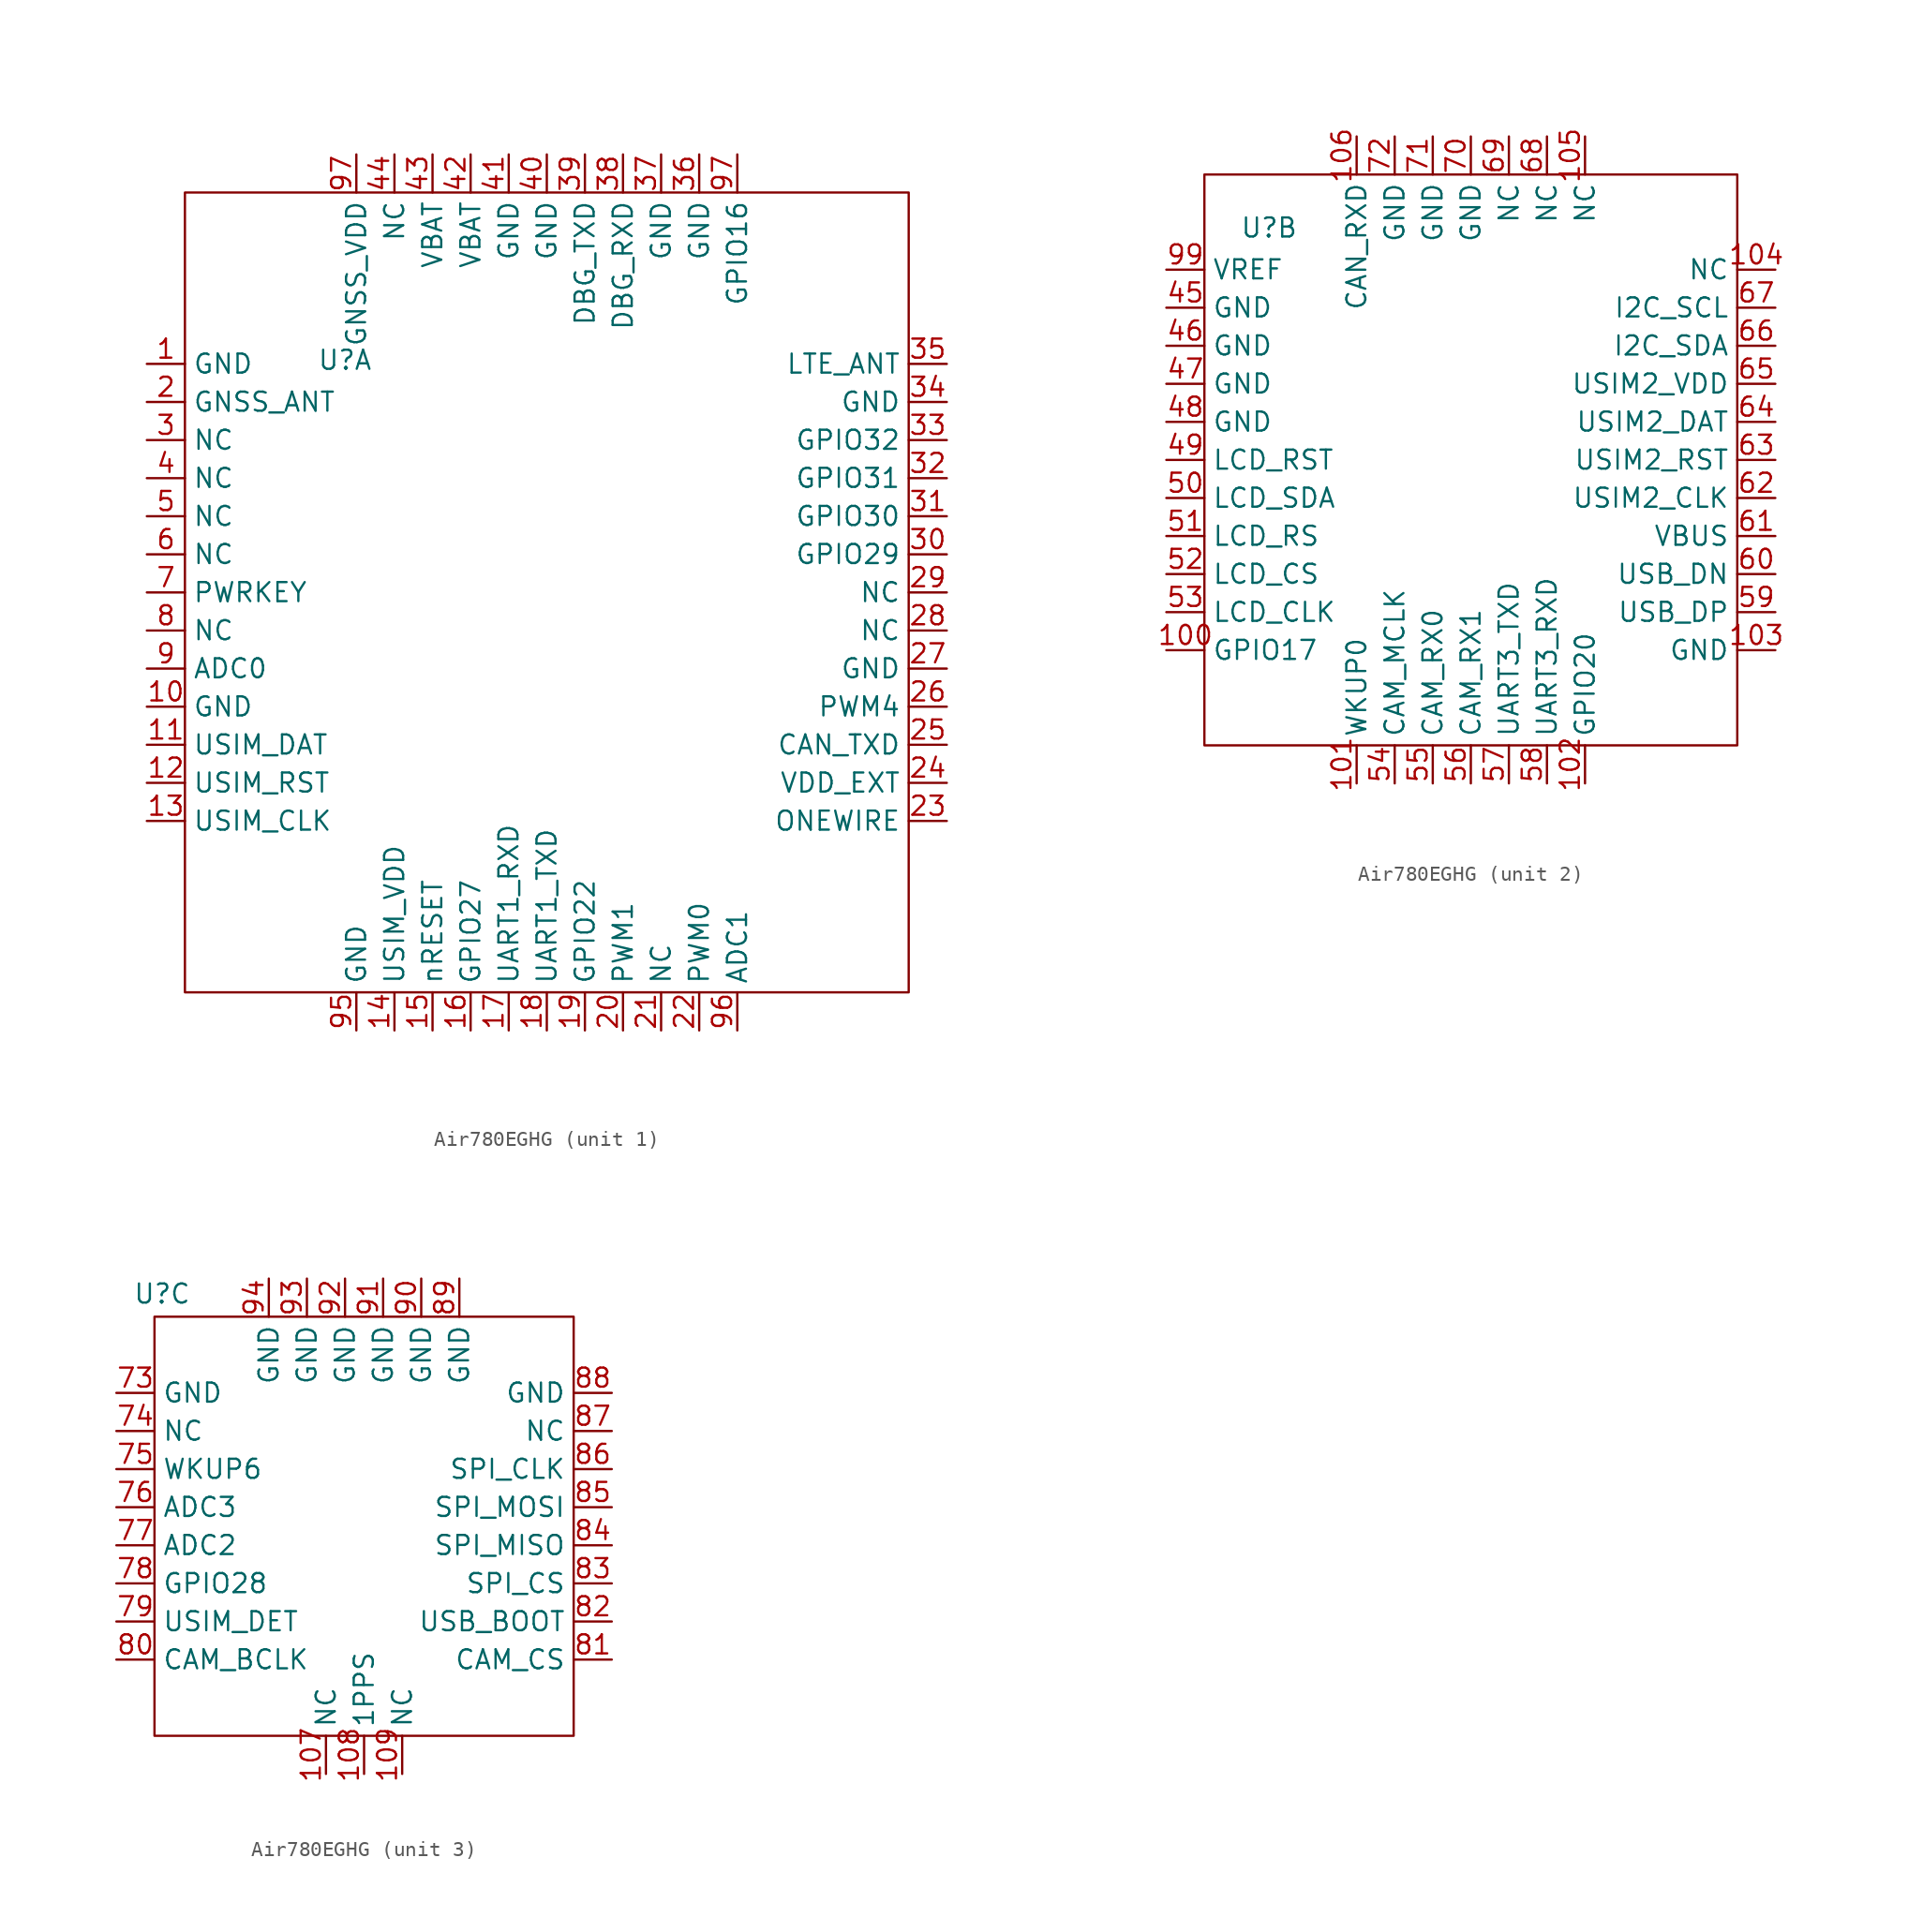
<source format=kicad_sym>
(kicad_symbol_lib
  (version 20241209)
  (generator "kicad_symbol_editor")
  (generator_version "9.0")
  (symbol "Air780EGHG"
    (property "Reference" "U"
      (at -13.462 15.494 0)
      (effects (font (size 1.27 1.27))))
    (property "Value" ""
      (at 0 0 0)
      (effects (font (size 1.27 1.27))))
    (property "ki_locked" ""
      (at 0 0 0)
      (effects (font (size 1.27 1.27))))
    (symbol "Air780EGHG_1_1"
      (rectangle (start -24.13 26.67) (end 24.13 -26.67) (stroke (width 0) (type default)) (fill (type none)))
      (pin power_in line (at -26.67 15.24 0) (length 2.54) (name "GND" (effects (font (size 1.27 1.27)))) (number "1" (effects (font (size 1.27 1.27)))))
      (pin input line (at -26.67 12.7 0) (length 2.54) (name "GNSS_ANT" (effects (font (size 1.27 1.27)))) (number "2" (effects (font (size 1.27 1.27)))))
      (pin free line (at -26.67 10.16 0) (length 2.54) (name "NC" (effects (font (size 1.27 1.27)))) (number "3" (effects (font (size 1.27 1.27)))))
      (pin free line (at -26.67 7.62 0) (length 2.54) (name "NC" (effects (font (size 1.27 1.27)))) (number "4" (effects (font (size 1.27 1.27)))))
      (pin free line (at -26.67 5.08 0) (length 2.54) (name "NC" (effects (font (size 1.27 1.27)))) (number "5" (effects (font (size 1.27 1.27)))))
      (pin free line (at -26.67 2.54 0) (length 2.54) (name "NC" (effects (font (size 1.27 1.27)))) (number "6" (effects (font (size 1.27 1.27)))))
      (pin input line (at -26.67 0 0) (length 2.54) (name "PWRKEY" (effects (font (size 1.27 1.27)))) (number "7" (effects (font (size 1.27 1.27)))))
      (pin free line (at -26.67 -2.54 0) (length 2.54) (name "NC" (effects (font (size 1.27 1.27)))) (number "8" (effects (font (size 1.27 1.27)))))
      (pin input line (at -26.67 -5.08 0) (length 2.54) (name "ADC0" (effects (font (size 1.27 1.27)))) (number "9" (effects (font (size 1.27 1.27)))))
      (pin power_in line (at -26.67 -7.62 0) (length 2.54) (name "GND" (effects (font (size 1.27 1.27)))) (number "10" (effects (font (size 1.27 1.27)))))
      (pin bidirectional line (at -26.67 -10.16 0) (length 2.54) (name "USIM_DAT" (effects (font (size 1.27 1.27)))) (number "11" (effects (font (size 1.27 1.27)))))
      (pin output line (at -26.67 -12.7 0) (length 2.54) (name "USIM_RST" (effects (font (size 1.27 1.27)))) (number "12" (effects (font (size 1.27 1.27)))))
      (pin output line (at -26.67 -15.24 0) (length 2.54) (name "USIM_CLK" (effects (font (size 1.27 1.27)))) (number "13" (effects (font (size 1.27 1.27)))))
      (pin power_out line (at -12.7 29.21 270) (length 2.54) (name "GNSS_VDD" (effects (font (size 1.27 1.27)))) (number "97" (effects (font (size 1.27 1.27)))))
      (pin power_in line (at -12.7 -29.21 90) (length 2.54) (name "GND" (effects (font (size 1.27 1.27)))) (number "95" (effects (font (size 1.27 1.27)))))
      (pin free line (at -10.16 29.21 270) (length 2.54) (name "NC" (effects (font (size 1.27 1.27)))) (number "44" (effects (font (size 1.27 1.27)))))
      (pin power_out line (at -10.16 -29.21 90) (length 2.54) (name "USIM_VDD" (effects (font (size 1.27 1.27)))) (number "14" (effects (font (size 1.27 1.27)))))
      (pin power_in line (at -7.62 29.21 270) (length 2.54) (name "VBAT" (effects (font (size 1.27 1.27)))) (number "43" (effects (font (size 1.27 1.27)))))
      (pin input line (at -7.62 -29.21 90) (length 2.54) (name "nRESET" (effects (font (size 1.27 1.27)))) (number "15" (effects (font (size 1.27 1.27)))))
      (pin power_in line (at -5.08 29.21 270) (length 2.54) (name "VBAT" (effects (font (size 1.27 1.27)))) (number "42" (effects (font (size 1.27 1.27)))))
      (pin bidirectional line (at -5.08 -29.21 90) (length 2.54) (name "GPIO27" (effects (font (size 1.27 1.27)))) (number "16" (effects (font (size 1.27 1.27)))))
      (pin power_in line (at -2.54 29.21 270) (length 2.54) (name "GND" (effects (font (size 1.27 1.27)))) (number "41" (effects (font (size 1.27 1.27)))))
      (pin input line (at -2.54 -29.21 90) (length 2.54) (name "UART1_RXD" (effects (font (size 1.27 1.27)))) (number "17" (effects (font (size 1.27 1.27)))))
      (pin power_in line (at 0 29.21 270) (length 2.54) (name "GND" (effects (font (size 1.27 1.27)))) (number "40" (effects (font (size 1.27 1.27)))))
      (pin output line (at 0 -29.21 90) (length 2.54) (name "UART1_TXD" (effects (font (size 1.27 1.27)))) (number "18" (effects (font (size 1.27 1.27)))))
      (pin input line (at 2.54 29.21 270) (length 2.54) (name "DBG_TXD" (effects (font (size 1.27 1.27)))) (number "39" (effects (font (size 1.27 1.27)))))
      (pin bidirectional line (at 2.54 -29.21 90) (length 2.54) (name "GPIO22" (effects (font (size 1.27 1.27)))) (number "19" (effects (font (size 1.27 1.27)))))
      (pin input line (at 5.08 29.21 270) (length 2.54) (name "DBG_RXD" (effects (font (size 1.27 1.27)))) (number "38" (effects (font (size 1.27 1.27)))))
      (pin output line (at 5.08 -29.21 90) (length 2.54) (name "PWM1" (effects (font (size 1.27 1.27)))) (number "20" (effects (font (size 1.27 1.27)))))
      (pin power_in line (at 7.62 29.21 270) (length 2.54) (name "GND" (effects (font (size 1.27 1.27)))) (number "37" (effects (font (size 1.27 1.27)))))
      (pin free line (at 7.62 -29.21 90) (length 2.54) (name "NC" (effects (font (size 1.27 1.27)))) (number "21" (effects (font (size 1.27 1.27)))))
      (pin power_in line (at 10.16 29.21 270) (length 2.54) (name "GND" (effects (font (size 1.27 1.27)))) (number "36" (effects (font (size 1.27 1.27)))))
      (pin output line (at 10.16 -29.21 90) (length 2.54) (name "PWM0" (effects (font (size 1.27 1.27)))) (number "22" (effects (font (size 1.27 1.27)))))
      (pin bidirectional line (at 12.7 29.21 270) (length 2.54) (name "GPIO16" (effects (font (size 1.27 1.27)))) (number "97" (effects (font (size 1.27 1.27)))))
      (pin input line (at 12.7 -29.21 90) (length 2.54) (name "ADC1" (effects (font (size 1.27 1.27)))) (number "96" (effects (font (size 1.27 1.27)))))
      (pin input line (at 26.67 15.24 180) (length 2.54) (name "LTE_ANT" (effects (font (size 1.27 1.27)))) (number "35" (effects (font (size 1.27 1.27)))))
      (pin power_in line (at 26.67 12.7 180) (length 2.54) (name "GND" (effects (font (size 1.27 1.27)))) (number "34" (effects (font (size 1.27 1.27)))))
      (pin bidirectional line (at 26.67 10.16 180) (length 2.54) (name "GPIO32" (effects (font (size 1.27 1.27)))) (number "33" (effects (font (size 1.27 1.27)))))
      (pin bidirectional line (at 26.67 7.62 180) (length 2.54) (name "GPIO31" (effects (font (size 1.27 1.27)))) (number "32" (effects (font (size 1.27 1.27)))))
      (pin bidirectional line (at 26.67 5.08 180) (length 2.54) (name "GPIO30" (effects (font (size 1.27 1.27)))) (number "31" (effects (font (size 1.27 1.27)))))
      (pin bidirectional line (at 26.67 2.54 180) (length 2.54) (name "GPIO29" (effects (font (size 1.27 1.27)))) (number "30" (effects (font (size 1.27 1.27)))))
      (pin free line (at 26.67 0 180) (length 2.54) (name "NC" (effects (font (size 1.27 1.27)))) (number "29" (effects (font (size 1.27 1.27)))))
      (pin free line (at 26.67 -2.54 180) (length 2.54) (name "NC" (effects (font (size 1.27 1.27)))) (number "28" (effects (font (size 1.27 1.27)))))
      (pin power_in line (at 26.67 -5.08 180) (length 2.54) (name "GND" (effects (font (size 1.27 1.27)))) (number "27" (effects (font (size 1.27 1.27)))))
      (pin output line (at 26.67 -7.62 180) (length 2.54) (name "PWM4" (effects (font (size 1.27 1.27)))) (number "26" (effects (font (size 1.27 1.27)))))
      (pin output line (at 26.67 -10.16 180) (length 2.54) (name "CAN_TXD" (effects (font (size 1.27 1.27)))) (number "25" (effects (font (size 1.27 1.27)))))
      (pin power_out line (at 26.67 -12.7 180) (length 2.54) (name "VDD_EXT" (effects (font (size 1.27 1.27)))) (number "24" (effects (font (size 1.27 1.27)))))
      (pin bidirectional line (at 26.67 -15.24 180) (length 2.54) (name "ONEWIRE" (effects (font (size 1.27 1.27)))) (number "23" (effects (font (size 1.27 1.27))))))
    (symbol "Air780EGHG_2_1"
      (rectangle (start -17.78 19.05) (end 17.78 -19.05) (stroke (width 0) (type default)) (fill (type none)))
      (pin power_in line (at -20.32 12.7 0) (length 2.54) (name "VREF" (effects (font (size 1.27 1.27)))) (number "99" (effects (font (size 1.27 1.27)))))
      (pin power_in line (at -20.32 10.16 0) (length 2.54) (name "GND" (effects (font (size 1.27 1.27)))) (number "45" (effects (font (size 1.27 1.27)))))
      (pin power_in line (at -20.32 7.62 0) (length 2.54) (name "GND" (effects (font (size 1.27 1.27)))) (number "46" (effects (font (size 1.27 1.27)))))
      (pin power_in line (at -20.32 5.08 0) (length 2.54) (name "GND" (effects (font (size 1.27 1.27)))) (number "47" (effects (font (size 1.27 1.27)))))
      (pin power_in line (at -20.32 2.54 0) (length 2.54) (name "GND" (effects (font (size 1.27 1.27)))) (number "48" (effects (font (size 1.27 1.27)))))
      (pin output line (at -20.32 0 0) (length 2.54) (name "LCD_RST" (effects (font (size 1.27 1.27)))) (number "49" (effects (font (size 1.27 1.27)))))
      (pin output line (at -20.32 -2.54 0) (length 2.54) (name "LCD_SDA" (effects (font (size 1.27 1.27)))) (number "50" (effects (font (size 1.27 1.27)))))
      (pin output line (at -20.32 -5.08 0) (length 2.54) (name "LCD_RS" (effects (font (size 1.27 1.27)))) (number "51" (effects (font (size 1.27 1.27)))))
      (pin output line (at -20.32 -7.62 0) (length 2.54) (name "LCD_CS" (effects (font (size 1.27 1.27)))) (number "52" (effects (font (size 1.27 1.27)))))
      (pin output line (at -20.32 -10.16 0) (length 2.54) (name "LCD_CLK" (effects (font (size 1.27 1.27)))) (number "53" (effects (font (size 1.27 1.27)))))
      (pin output line (at -20.32 -12.7 0) (length 2.54) (name "GPIO17" (effects (font (size 1.27 1.27)))) (number "100" (effects (font (size 1.27 1.27)))))
      (pin input line (at -7.62 21.59 270) (length 2.54) (name "CAN_RXD" (effects (font (size 1.27 1.27)))) (number "106" (effects (font (size 1.27 1.27)))))
      (pin input line (at -7.62 -21.59 90) (length 2.54) (name "WKUP0" (effects (font (size 1.27 1.27)))) (number "101" (effects (font (size 1.27 1.27)))))
      (pin power_in line (at -5.08 21.59 270) (length 2.54) (name "GND" (effects (font (size 1.27 1.27)))) (number "72" (effects (font (size 1.27 1.27)))))
      (pin output line (at -5.08 -21.59 90) (length 2.54) (name "CAM_MCLK" (effects (font (size 1.27 1.27)))) (number "54" (effects (font (size 1.27 1.27)))))
      (pin power_in line (at -2.54 21.59 270) (length 2.54) (name "GND" (effects (font (size 1.27 1.27)))) (number "71" (effects (font (size 1.27 1.27)))))
      (pin input line (at -2.54 -21.59 90) (length 2.54) (name "CAM_RX0" (effects (font (size 1.27 1.27)))) (number "55" (effects (font (size 1.27 1.27)))))
      (pin power_in line (at 0 21.59 270) (length 2.54) (name "GND" (effects (font (size 1.27 1.27)))) (number "70" (effects (font (size 1.27 1.27)))))
      (pin input line (at 0 -21.59 90) (length 2.54) (name "CAM_RX1" (effects (font (size 1.27 1.27)))) (number "56" (effects (font (size 1.27 1.27)))))
      (pin free line (at 2.54 21.59 270) (length 2.54) (name "NC" (effects (font (size 1.27 1.27)))) (number "69" (effects (font (size 1.27 1.27)))))
      (pin output line (at 2.54 -21.59 90) (length 2.54) (name "UART3_TXD" (effects (font (size 1.27 1.27)))) (number "57" (effects (font (size 1.27 1.27)))))
      (pin free line (at 5.08 21.59 270) (length 2.54) (name "NC" (effects (font (size 1.27 1.27)))) (number "68" (effects (font (size 1.27 1.27)))))
      (pin input line (at 5.08 -21.59 90) (length 2.54) (name "UART3_RXD" (effects (font (size 1.27 1.27)))) (number "58" (effects (font (size 1.27 1.27)))))
      (pin free line (at 7.62 21.59 270) (length 2.54) (name "NC" (effects (font (size 1.27 1.27)))) (number "105" (effects (font (size 1.27 1.27)))))
      (pin input line (at 7.62 -21.59 90) (length 2.54) (name "GPIO20" (effects (font (size 1.27 1.27)))) (number "102" (effects (font (size 1.27 1.27)))))
      (pin free line (at 20.32 12.7 180) (length 2.54) (name "NC" (effects (font (size 1.27 1.27)))) (number "104" (effects (font (size 1.27 1.27)))))
      (pin output line (at 20.32 10.16 180) (length 2.54) (name "I2C_SCL" (effects (font (size 1.27 1.27)))) (number "67" (effects (font (size 1.27 1.27)))))
      (pin bidirectional line (at 20.32 7.62 180) (length 2.54) (name "I2C_SDA" (effects (font (size 1.27 1.27)))) (number "66" (effects (font (size 1.27 1.27)))))
      (pin power_out line (at 20.32 5.08 180) (length 2.54) (name "USIM2_VDD" (effects (font (size 1.27 1.27)))) (number "65" (effects (font (size 1.27 1.27)))))
      (pin output line (at 20.32 2.54 180) (length 2.54) (name "USIM2_DAT" (effects (font (size 1.27 1.27)))) (number "64" (effects (font (size 1.27 1.27)))))
      (pin output line (at 20.32 0 180) (length 2.54) (name "USIM2_RST" (effects (font (size 1.27 1.27)))) (number "63" (effects (font (size 1.27 1.27)))))
      (pin output line (at 20.32 -2.54 180) (length 2.54) (name "USIM2_CLK" (effects (font (size 1.27 1.27)))) (number "62" (effects (font (size 1.27 1.27)))))
      (pin power_in line (at 20.32 -5.08 180) (length 2.54) (name "VBUS" (effects (font (size 1.27 1.27)))) (number "61" (effects (font (size 1.27 1.27)))))
      (pin bidirectional line (at 20.32 -7.62 180) (length 2.54) (name "USB_DN" (effects (font (size 1.27 1.27)))) (number "60" (effects (font (size 1.27 1.27)))))
      (pin bidirectional line (at 20.32 -10.16 180) (length 2.54) (name "USB_DP" (effects (font (size 1.27 1.27)))) (number "59" (effects (font (size 1.27 1.27)))))
      (pin power_in line (at 20.32 -12.7 180) (length 2.54) (name "GND" (effects (font (size 1.27 1.27)))) (number "103" (effects (font (size 1.27 1.27))))))
    (symbol "Air780EGHG_3_1"
      (rectangle (start -13.97 13.97) (end 13.97 -13.97) (stroke (width 0) (type default)) (fill (type none)))
      (pin power_in line (at -16.51 8.89 0) (length 2.54) (name "GND" (effects (font (size 1.27 1.27)))) (number "73" (effects (font (size 1.27 1.27)))))
      (pin free line (at -16.51 6.35 0) (length 2.54) (name "NC" (effects (font (size 1.27 1.27)))) (number "74" (effects (font (size 1.27 1.27)))))
      (pin input line (at -16.51 3.81 0) (length 2.54) (name "WKUP6" (effects (font (size 1.27 1.27)))) (number "75" (effects (font (size 1.27 1.27)))))
      (pin input line (at -16.51 1.27 0) (length 2.54) (name "ADC3" (effects (font (size 1.27 1.27)))) (number "76" (effects (font (size 1.27 1.27)))))
      (pin input line (at -16.51 -1.27 0) (length 2.54) (name "ADC2" (effects (font (size 1.27 1.27)))) (number "77" (effects (font (size 1.27 1.27)))))
      (pin bidirectional line (at -16.51 -3.81 0) (length 2.54) (name "GPIO28" (effects (font (size 1.27 1.27)))) (number "78" (effects (font (size 1.27 1.27)))))
      (pin input line (at -16.51 -6.35 0) (length 2.54) (name "USIM_DET" (effects (font (size 1.27 1.27)))) (number "79" (effects (font (size 1.27 1.27)))))
      (pin output line (at -16.51 -8.89 0) (length 2.54) (name "CAM_BCLK" (effects (font (size 1.27 1.27)))) (number "80" (effects (font (size 1.27 1.27)))))
      (pin power_in line (at -6.35 16.51 270) (length 2.54) (name "GND" (effects (font (size 1.27 1.27)))) (number "94" (effects (font (size 1.27 1.27)))))
      (pin power_in line (at -3.81 16.51 270) (length 2.54) (name "GND" (effects (font (size 1.27 1.27)))) (number "93" (effects (font (size 1.27 1.27)))))
      (pin free line (at -2.54 -16.51 90) (length 2.54) (name "NC" (effects (font (size 1.27 1.27)))) (number "107" (effects (font (size 1.27 1.27)))))
      (pin power_in line (at -1.27 16.51 270) (length 2.54) (name "GND" (effects (font (size 1.27 1.27)))) (number "92" (effects (font (size 1.27 1.27)))))
      (pin output line (at 0 -16.51 90) (length 2.54) (name "1PPS" (effects (font (size 1.27 1.27)))) (number "108" (effects (font (size 1.27 1.27)))))
      (pin power_in line (at 1.27 16.51 270) (length 2.54) (name "GND" (effects (font (size 1.27 1.27)))) (number "91" (effects (font (size 1.27 1.27)))))
      (pin free line (at 2.54 -16.51 90) (length 2.54) (name "NC" (effects (font (size 1.27 1.27)))) (number "109" (effects (font (size 1.27 1.27)))))
      (pin power_in line (at 3.81 16.51 270) (length 2.54) (name "GND" (effects (font (size 1.27 1.27)))) (number "90" (effects (font (size 1.27 1.27)))))
      (pin power_in line (at 6.35 16.51 270) (length 2.54) (name "GND" (effects (font (size 1.27 1.27)))) (number "89" (effects (font (size 1.27 1.27)))))
      (pin power_in line (at 16.51 8.89 180) (length 2.54) (name "GND" (effects (font (size 1.27 1.27)))) (number "88" (effects (font (size 1.27 1.27)))))
      (pin free line (at 16.51 6.35 180) (length 2.54) (name "NC" (effects (font (size 1.27 1.27)))) (number "87" (effects (font (size 1.27 1.27)))))
      (pin output line (at 16.51 3.81 180) (length 2.54) (name "SPI_CLK" (effects (font (size 1.27 1.27)))) (number "86" (effects (font (size 1.27 1.27)))))
      (pin output line (at 16.51 1.27 180) (length 2.54) (name "SPI_MOSI" (effects (font (size 1.27 1.27)))) (number "85" (effects (font (size 1.27 1.27)))))
      (pin input line (at 16.51 -1.27 180) (length 2.54) (name "SPI_MISO" (effects (font (size 1.27 1.27)))) (number "84" (effects (font (size 1.27 1.27)))))
      (pin output line (at 16.51 -3.81 180) (length 2.54) (name "SPI_CS" (effects (font (size 1.27 1.27)))) (number "83" (effects (font (size 1.27 1.27)))))
      (pin input line (at 16.51 -6.35 180) (length 2.54) (name "USB_BOOT" (effects (font (size 1.27 1.27)))) (number "82" (effects (font (size 1.27 1.27)))))
      (pin output line (at 16.51 -8.89 180) (length 2.54) (name "CAM_CS" (effects (font (size 1.27 1.27)))) (number "81" (effects (font (size 1.27 1.27))))))))
</source>
